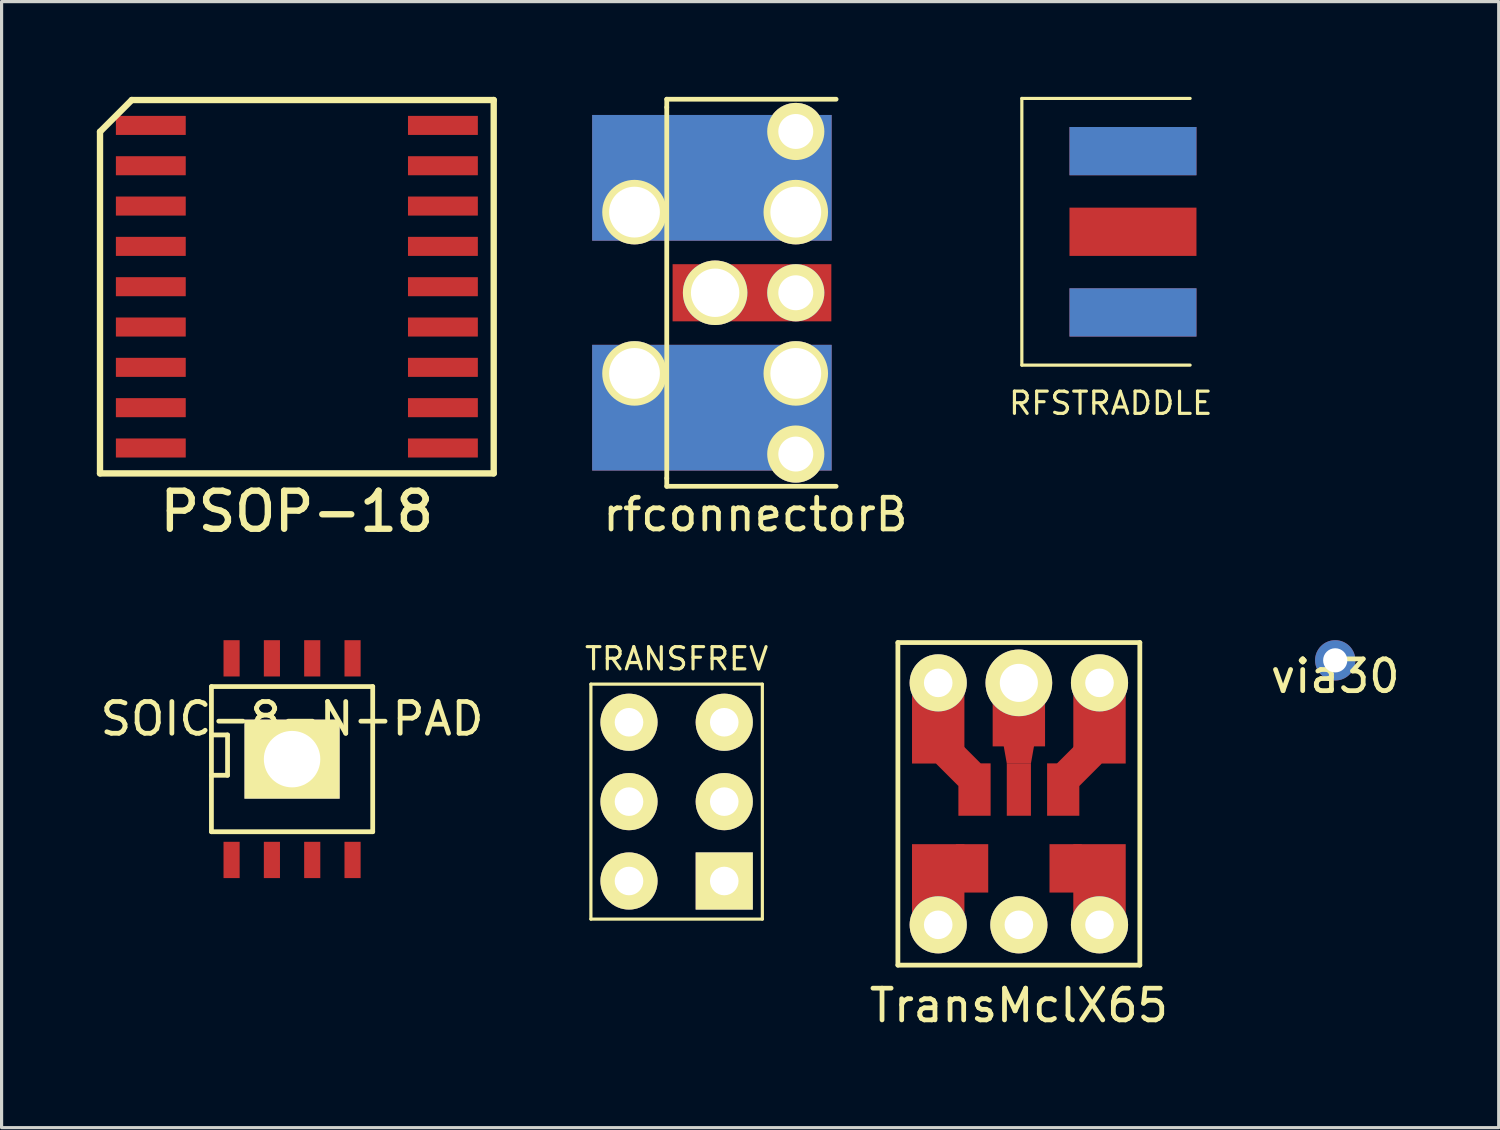
<source format=kicad_pcb>
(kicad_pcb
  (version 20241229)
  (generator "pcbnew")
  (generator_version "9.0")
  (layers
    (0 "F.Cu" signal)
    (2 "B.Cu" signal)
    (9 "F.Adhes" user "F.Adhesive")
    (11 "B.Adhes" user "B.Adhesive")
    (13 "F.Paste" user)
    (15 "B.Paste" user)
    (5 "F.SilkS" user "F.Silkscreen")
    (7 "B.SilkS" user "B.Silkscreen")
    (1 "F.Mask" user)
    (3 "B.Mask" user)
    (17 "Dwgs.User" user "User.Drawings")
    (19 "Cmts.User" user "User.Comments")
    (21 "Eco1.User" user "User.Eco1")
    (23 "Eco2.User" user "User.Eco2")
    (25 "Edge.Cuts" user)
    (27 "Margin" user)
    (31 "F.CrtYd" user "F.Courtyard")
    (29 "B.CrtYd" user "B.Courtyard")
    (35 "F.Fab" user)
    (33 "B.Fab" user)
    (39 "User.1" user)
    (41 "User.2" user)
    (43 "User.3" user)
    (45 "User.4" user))
  (footprint "PSOP-18"
    (layer "F.Cu")
    (at 6.3 5.98)
    (property "Reference" "PSOP-18" (at 0 7.08 0) (layer "F.SilkS") (effects (font (size 1.2 1.2) (thickness 0.2))))
    (attr through_hole)
    (fp_line (start -6.2 -4.88) (end -6.2 5.88) (stroke (width 0.2) (type solid)) (layer "F.SilkS"))
    (fp_line (start -6.2 5.88) (end 6.2 5.88) (stroke (width 0.2) (type solid)) (layer "F.SilkS"))
    (fp_line (start -5.2 -5.88) (end -6.2 -4.88) (stroke (width 0.2) (type solid)) (layer "F.SilkS"))
    (fp_line (start 6.2 -5.88) (end -5.2 -5.88) (stroke (width 0.2) (type solid)) (layer "F.SilkS"))
    (fp_line (start 6.2 5.88) (end 6.2 -5.88) (stroke (width 0.2) (type solid)) (layer "F.SilkS"))
    (pad "1" smd rect (at -4.6 -5.08) (size 2.2 0.6) (layers "F.Cu" "F.Mask" "F.Paste"))
    (pad "2" smd rect (at -4.6 -3.81) (size 2.2 0.6) (layers "F.Cu" "F.Mask" "F.Paste"))
    (pad "3" smd rect (at -4.6 -2.54) (size 2.2 0.6) (layers "F.Cu" "F.Mask" "F.Paste"))
    (pad "4" smd rect (at -4.6 -1.27) (size 2.2 0.6) (layers "F.Cu" "F.Mask" "F.Paste"))
    (pad "5" smd rect (at -4.6 0) (size 2.2 0.6) (layers "F.Cu" "F.Mask" "F.Paste"))
    (pad "6" smd rect (at -4.6 1.27) (size 2.2 0.6) (layers "F.Cu" "F.Mask" "F.Paste"))
    (pad "7" smd rect (at -4.6 2.54) (size 2.2 0.6) (layers "F.Cu" "F.Mask" "F.Paste"))
    (pad "8" smd rect (at -4.6 3.81) (size 2.2 0.6) (layers "F.Cu" "F.Mask" "F.Paste"))
    (pad "9" smd rect (at -4.6 5.08) (size 2.2 0.6) (layers "F.Cu" "F.Mask" "F.Paste"))
    (pad "10" smd rect (at 4.6 5.08) (size 2.2 0.6) (layers "F.Cu" "F.Mask" "F.Paste"))
    (pad "11" smd rect (at 4.6 3.81) (size 2.2 0.6) (layers "F.Cu" "F.Mask" "F.Paste"))
    (pad "12" smd rect (at 4.6 2.54) (size 2.2 0.6) (layers "F.Cu" "F.Mask" "F.Paste"))
    (pad "13" smd rect (at 4.6 1.27) (size 2.2 0.6) (layers "F.Cu" "F.Mask" "F.Paste"))
    (pad "14" smd rect (at 4.6 0) (size 2.2 0.6) (layers "F.Cu" "F.Mask" "F.Paste"))
    (pad "15" smd rect (at 4.6 -1.27) (size 2.2 0.6) (layers "F.Cu" "F.Mask" "F.Paste"))
    (pad "16" smd rect (at 4.6 -2.54) (size 2.2 0.6) (layers "F.Cu" "F.Mask" "F.Paste"))
    (pad "17" smd rect (at 4.6 -3.81) (size 2.2 0.6) (layers "F.Cu" "F.Mask" "F.Paste"))
    (pad "18" smd rect (at 4.6 -5.08) (size 2.2 0.6) (layers "F.Cu" "F.Mask" "F.Paste")))
  (footprint "rfconnectorB"
    (layer "F.Cu")
    (at 23.284 6.171)
    (property "Reference" "rfconnectorB" (at -2.54 6.985 0) (layer "F.SilkS") (effects (font (size 1 1) (thickness 0.15))))
    (attr through_hole)
    (fp_line (start -5.334 -6.096) (end 0 -6.096) (stroke (width 0.15) (type solid)) (layer "F.SilkS"))
    (fp_line (start -5.334 -5.842) (end -5.334 -6.096) (stroke (width 0.15) (type solid)) (layer "F.SilkS"))
    (fp_line (start -5.334 -5.842) (end -5.334 5.842) (stroke (width 0.15) (type solid)) (layer "F.SilkS"))
    (fp_line (start -5.334 5.842) (end -5.334 6.096) (stroke (width 0.15) (type solid)) (layer "F.SilkS"))
    (fp_line (start -5.334 6.096) (end 0 6.096) (stroke (width 0.15) (type solid)) (layer "F.SilkS"))
    (pad "1" thru_hole circle (at -3.81 0) (size 2.032 2.032) (drill 1.524) (layers "*.Cu" "*.Mask" "F.SilkS"))
    (pad "1" smd rect (at -2.65 0) (size 5 1.8) (layers "F.Cu" "F.Mask" "F.Paste"))
    (pad "1" thru_hole circle (at -1.27 0) (size 1.8 1.8) (drill 1.1) (layers "*.Cu" "*.Mask" "F.SilkS"))
    (pad "2" thru_hole circle (at -6.35 -2.54) (size 2.032 2.032) (drill 1.6) (layers "*.Cu" "*.Mask" "F.SilkS"))
    (pad "2" thru_hole circle (at -6.35 2.54) (size 2.032 2.032) (drill 1.6) (layers "*.Cu" "*.Mask" "F.SilkS"))
    (pad "2" smd rect (at -3.912 -3.62) (size 7.544 3.96) (layers "F.Cu" "F.Mask" "F.Paste"))
    (pad "2" smd rect (at -3.912 -3.62) (size 7.544 3.96) (layers "B.Cu" "B.Mask" "B.Paste"))
    (pad "2" smd rect (at -3.912 3.62) (size 7.544 3.96) (layers "F.Cu" "F.Mask" "F.Paste"))
    (pad "2" smd rect (at -3.912 3.62) (size 7.544 3.96) (layers "B.Cu" "B.Mask" "B.Paste"))
    (pad "2" thru_hole circle (at -1.27 -5.08) (size 1.8 1.8) (drill 1.1) (layers "*.Cu" "*.Mask" "F.SilkS"))
    (pad "2" thru_hole circle (at -1.27 -2.54) (size 2.032 2.032) (drill 1.6) (layers "*.Cu" "*.Mask" "F.SilkS"))
    (pad "2" thru_hole circle (at -1.27 2.54) (size 2.032 2.032) (drill 1.6) (layers "*.Cu" "*.Mask" "F.SilkS"))
    (pad "2" thru_hole circle (at -1.27 5.08) (size 1.8 1.8) (drill 1.1) (layers "*.Cu" "*.Mask" "F.SilkS")))
  (footprint "via30"
    (layer "F.Cu")
    (at 39.004 17.748)
    (property "Reference" "via30" (at 0 0.5 0) (layer "F.SilkS") (effects (font (size 1 1) (thickness 0.15))))
    (attr through_hole)
    (pad "1" thru_hole circle (at 0 0) (size 1.27 1.27) (drill 0.762) (layers "*.Cu")))
  (footprint "TRANSFREV"
    (layer "F.Cu")
    (at 16.761 24.698)
    (property "Reference" "TRANSFREV" (at 1.5 -7 0) (layer "F.SilkS") (effects (font (size 0.7 0.7) (thickness 0.1))))
    (attr through_hole)
    (fp_line (start -1.2 -6.2) (end 4.2 -6.2) (stroke (width 0.1) (type solid)) (layer "F.SilkS"))
    (fp_line (start -1.2 1.2) (end -1.2 -6.2) (stroke (width 0.1) (type solid)) (layer "F.SilkS"))
    (fp_line (start 4.2 -6.2) (end 4.2 1.2) (stroke (width 0.1) (type solid)) (layer "F.SilkS"))
    (fp_line (start 4.2 1.2) (end -1.2 1.2) (stroke (width 0.1) (type solid)) (layer "F.SilkS"))
    (pad "1" thru_hole rect (at 3 0) (size 1.8 1.8) (drill 0.9) (layers "*.Cu" "*.Mask" "F.SilkS"))
    (pad "2" thru_hole circle (at 0 0) (size 1.8 1.8) (drill 0.9) (layers "*.Cu" "*.Mask" "F.SilkS"))
    (pad "3" thru_hole circle (at 3 -2.5) (size 1.8 1.8) (drill 0.9) (layers "*.Cu" "*.Mask" "F.SilkS"))
    (pad "4" thru_hole circle (at 0 -2.5) (size 1.8 1.8) (drill 0.9) (layers "*.Cu" "*.Mask" "F.SilkS"))
    (pad "5" thru_hole circle (at 3 -5) (size 1.8 1.8) (drill 0.9) (layers "*.Cu" "*.Mask" "F.SilkS"))
    (pad "6" thru_hole circle (at 0 -5) (size 1.8 1.8) (drill 0.9) (layers "*.Cu" "*.Mask" "F.SilkS")))
  (footprint "SOIC-8-N-PAD"
    (layer "F.Cu")
    (at 6.149 20.86)
    (property "Reference" "SOIC-8-N-PAD" (at 0 -1.27 0) (layer "F.SilkS") (effects (font (size 1 1) (thickness 0.15))))
    (attr smd)
    (fp_line (start -2.54 -2.286) (end 2.54 -2.286) (stroke (width 0.15) (type solid)) (layer "F.SilkS"))
    (fp_line (start -2.54 -0.762) (end -2.032 -0.762) (stroke (width 0.15) (type solid)) (layer "F.SilkS"))
    (fp_line (start -2.54 2.286) (end -2.54 -2.286) (stroke (width 0.15) (type solid)) (layer "F.SilkS"))
    (fp_line (start -2.032 -0.762) (end -2.032 0.508) (stroke (width 0.15) (type solid)) (layer "F.SilkS"))
    (fp_line (start -2.032 0.508) (end -2.54 0.508) (stroke (width 0.15) (type solid)) (layer "F.SilkS"))
    (fp_line (start 2.54 -2.286) (end 2.54 2.286) (stroke (width 0.15) (type solid)) (layer "F.SilkS"))
    (fp_line (start 2.54 2.286) (end -2.54 2.286) (stroke (width 0.15) (type solid)) (layer "F.SilkS"))
    (pad "1" smd rect (at -1.905 3.175) (size 0.508 1.143) (layers "F.Cu" "F.Mask" "F.Paste"))
    (pad "2" smd rect (at -0.635 3.175) (size 0.508 1.143) (layers "F.Cu" "F.Mask" "F.Paste"))
    (pad "3" smd rect (at 0.635 3.175) (size 0.508 1.143) (layers "F.Cu" "F.Mask" "F.Paste"))
    (pad "4" thru_hole rect (at 0 0) (size 2.997 2.489) (drill 1.778) (layers "*.Cu" "*.Mask" "F.SilkS"))
    (pad "4" smd rect (at 1.905 3.175) (size 0.508 1.143) (layers "F.Cu" "F.Mask" "F.Paste"))
    (pad "5" smd rect (at 1.905 -3.175) (size 0.508 1.143) (layers "F.Cu" "F.Mask" "F.Paste"))
    (pad "6" smd rect (at 0.635 -3.175) (size 0.508 1.143) (layers "F.Cu" "F.Mask" "F.Paste"))
    (pad "7" smd rect (at -0.635 -3.175) (size 0.508 1.143) (layers "F.Cu" "F.Mask" "F.Paste"))
    (pad "8" smd rect (at -1.905 -3.175) (size 0.508 1.143) (layers "F.Cu" "F.Mask" "F.Paste")))
  (footprint "TransMclX65"
    (layer "F.Cu")
    (at 29.04 22.268)
    (property "Reference" "TransMclX65" (at 0 6.35 0) (layer "F.SilkS") (effects (font (size 1 1) (thickness 0.15))))
    (attr through_hole)
    (fp_line (start -3.81 -5.08) (end -3.81 5.08) (stroke (width 0.15) (type solid)) (layer "F.SilkS"))
    (fp_line (start -3.81 -5.08) (end 3.81 -5.08) (stroke (width 0.15) (type solid)) (layer "F.SilkS"))
    (fp_line (start -3.81 5.08) (end 3.81 5.08) (stroke (width 0.15) (type solid)) (layer "F.SilkS"))
    (fp_line (start 3.81 5.08) (end 3.81 -5.08) (stroke (width 0.15) (type solid)) (layer "F.SilkS"))
    (pad "" thru_hole circle (at 0 3.81) (size 1.8 1.8) (drill 0.9) (layers "*.Cu" "*.Mask" "F.SilkS"))
    (pad "1" smd rect (at 1.397 -0.45) (size 1.015 1.65) (layers "F.Cu" "F.Mask" "F.Paste"))
    (pad "1" smd rect (at 1.905 -1.27 45) (size 1 1) (layers "F.Cu" "F.Mask" "F.Paste"))
    (pad "1" thru_hole circle (at 2.54 -3.81) (size 1.8 1.8) (drill 0.9) (layers "*.Cu" "*.Mask" "F.SilkS"))
    (pad "1" smd rect (at 2.54 -2.54) (size 1.65 2.54) (layers "F.Cu" "F.Mask" "F.Paste"))
    (pad "2" thru_hole circle (at 0 -3.81) (size 2.1 2.1) (drill 1.2) (layers "*.Cu" "*.Mask" "F.SilkS"))
    (pad "2" smd rect (at 0 -2.81) (size 1.65 2) (layers "F.Cu" "F.Mask" "F.Paste"))
    (pad "2" smd trapezoid (at 0 -2.54) (size 1.21 2.54) (rect_delta 0 -0.45) (layers "F.Cu" "F.Mask" "F.Paste"))
    (pad "2" smd rect (at 0 -0.45) (size 0.76 1.65) (layers "F.Cu" "F.Mask" "F.Paste"))
    (pad "3" thru_hole circle (at -2.54 -3.81) (size 1.8 1.8) (drill 0.9) (layers "*.Cu" "*.Mask" "F.SilkS"))
    (pad "3" smd rect (at -2.54 -2.54) (size 1.65 2.54) (layers "F.Cu" "F.Mask" "F.Paste"))
    (pad "3" smd rect (at -1.905 -1.27 45) (size 1 1) (layers "F.Cu" "F.Mask" "F.Paste"))
    (pad "3" smd rect (at -1.397 -0.45) (size 1.015 1.65) (layers "F.Cu" "F.Mask" "F.Paste"))
    (pad "4" smd rect (at -2.54 2.54) (size 1.651 2.54) (layers "F.Cu" "F.Mask" "F.Paste"))
    (pad "4" thru_hole circle (at -2.54 3.81) (size 1.8 1.8) (drill 0.9) (layers "*.Cu" "*.Mask" "F.SilkS"))
    (pad "4" smd rect (at -1.473 2.032) (size 1.016 1.524) (layers "F.Cu" "F.Mask" "F.Paste"))
    (pad "6" smd rect (at 1.473 2.032) (size 1.016 1.524) (layers "F.Cu" "F.Mask" "F.Paste"))
    (pad "6" smd rect (at 2.54 2.54) (size 1.651 2.54) (layers "F.Cu" "F.Mask" "F.Paste"))
    (pad "6" thru_hole circle (at 2.54 3.81) (size 1.8 1.8) (drill 0.9) (layers "*.Cu" "*.Mask" "F.SilkS")))
  (footprint "RFSTRADDLE"
    (layer "F.Cu")
    (at 32.634 4.25)
    (property "Reference" "RFSTRADDLE" (at -0.7 5.4 0) (layer "F.SilkS") (effects (font (size 0.7 0.7) (thickness 0.1))))
    (attr through_hole)
    (fp_line (start -3.5 -4.2) (end -3.5 4.2) (stroke (width 0.1) (type solid)) (layer "F.SilkS"))
    (fp_line (start 1.8 -4.2) (end -3.5 -4.2) (stroke (width 0.1) (type solid)) (layer "F.SilkS"))
    (fp_line (start 1.8 4.2) (end -3.5 4.2) (stroke (width 0.1) (type solid)) (layer "F.SilkS"))
    (pad "1" smd rect (at 0 0) (size 4 1.52) (layers "F.Cu" "F.Mask" "F.Paste"))
    (pad "2" smd rect (at 0 -2.54) (size 4 1.52) (layers "F.Cu" "F.Mask" "F.Paste"))
    (pad "2" smd rect (at 0 -2.54) (size 4 1.52) (layers "F.Mask" "B.Cu" "F.Paste"))
    (pad "2" smd rect (at 0 2.54) (size 4 1.52) (layers "F.Cu" "F.Mask" "F.Paste"))
    (pad "2" smd rect (at 0 2.54) (size 4 1.52) (layers "F.Mask" "B.Cu" "F.Paste")))
  (gr_rect
    (start -3 -3)
    (end 44.153 32.466)
    (stroke (width 0.1) (type default))
    (fill no)
    (layer "Edge.Cuts")))
</source>
